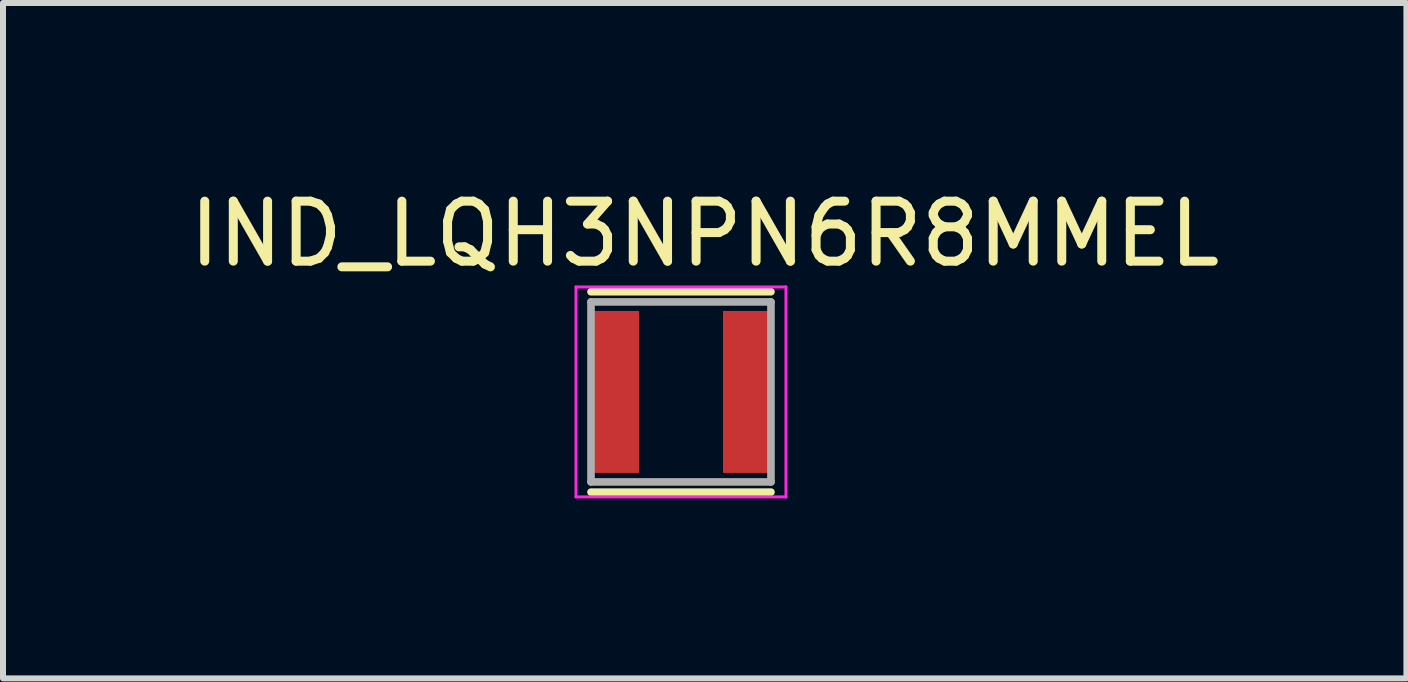
<source format=kicad_pcb>
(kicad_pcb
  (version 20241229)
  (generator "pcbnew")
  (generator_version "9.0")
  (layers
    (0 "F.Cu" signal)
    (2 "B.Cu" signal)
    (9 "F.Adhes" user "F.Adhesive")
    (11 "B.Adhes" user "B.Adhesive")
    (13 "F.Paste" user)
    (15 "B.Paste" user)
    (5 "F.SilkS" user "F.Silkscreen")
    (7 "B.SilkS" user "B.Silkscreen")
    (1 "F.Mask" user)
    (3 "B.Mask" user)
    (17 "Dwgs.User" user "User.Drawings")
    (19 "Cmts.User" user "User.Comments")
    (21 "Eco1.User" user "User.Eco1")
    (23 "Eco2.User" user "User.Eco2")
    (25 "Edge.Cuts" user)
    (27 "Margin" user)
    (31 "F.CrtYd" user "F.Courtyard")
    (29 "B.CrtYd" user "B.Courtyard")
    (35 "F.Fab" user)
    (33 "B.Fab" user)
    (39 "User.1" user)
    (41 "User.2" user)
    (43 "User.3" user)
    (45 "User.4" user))
  (footprint "IND_LQH3NPN6R8MMEL"
    (layer "F.Cu")
    (at 8.301 3.483)
    (property "Reference" "IND_LQH3NPN6R8MMEL" (at 0.395 -2.635 0) (layer "F.SilkS") (effects (font (size 1 1) (thickness 0.15))))
    (attr smd)
    (fp_line (start -1.5 -1.67) (end 1.5 -1.67) (stroke (width 0.127) (type solid)) (layer "F.SilkS"))
    (fp_line (start -1.5 1.67) (end 1.5 1.67) (stroke (width 0.127) (type solid)) (layer "F.SilkS"))
    (fp_line (start -1.75 -1.75) (end 1.75 -1.75) (stroke (width 0.05) (type solid)) (layer "F.CrtYd"))
    (fp_line (start -1.75 1.75) (end -1.75 -1.75) (stroke (width 0.05) (type solid)) (layer "F.CrtYd"))
    (fp_line (start 1.75 -1.75) (end 1.75 1.75) (stroke (width 0.05) (type solid)) (layer "F.CrtYd"))
    (fp_line (start 1.75 1.75) (end -1.75 1.75) (stroke (width 0.05) (type solid)) (layer "F.CrtYd"))
    (fp_line (start -1.5 -1.5) (end 1.5 -1.5) (stroke (width 0.127) (type solid)) (layer "F.Fab"))
    (fp_line (start -1.5 1.5) (end -1.5 -1.5) (stroke (width 0.127) (type solid)) (layer "F.Fab"))
    (fp_line (start 1.5 -1.5) (end 1.5 1.5) (stroke (width 0.127) (type solid)) (layer "F.Fab"))
    (fp_line (start 1.5 1.5) (end -1.5 1.5) (stroke (width 0.127) (type solid)) (layer "F.Fab"))
    (pad "1" smd rect (at -1.1 0) (size 0.8 2.7) (layers "F.Cu" "F.Mask" "F.Paste"))
    (pad "2" smd rect (at 1.1 0) (size 0.8 2.7) (layers "F.Cu" "F.Mask" "F.Paste")))
  (gr_rect
    (start -3 -3)
    (end 20.393 8.258)
    (stroke (width 0.1) (type default))
    (fill no)
    (layer "Edge.Cuts")))
</source>
